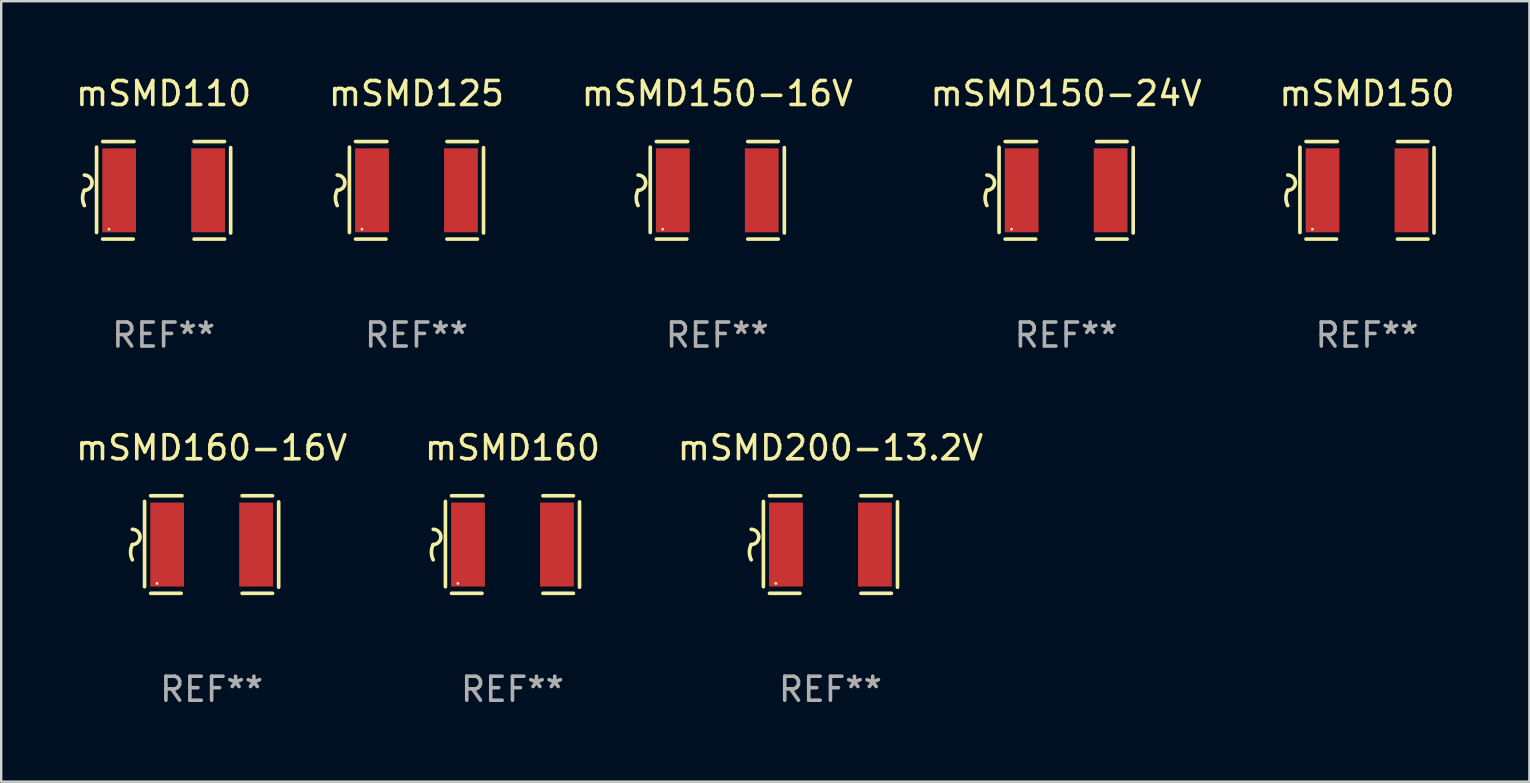
<source format=kicad_pcb>
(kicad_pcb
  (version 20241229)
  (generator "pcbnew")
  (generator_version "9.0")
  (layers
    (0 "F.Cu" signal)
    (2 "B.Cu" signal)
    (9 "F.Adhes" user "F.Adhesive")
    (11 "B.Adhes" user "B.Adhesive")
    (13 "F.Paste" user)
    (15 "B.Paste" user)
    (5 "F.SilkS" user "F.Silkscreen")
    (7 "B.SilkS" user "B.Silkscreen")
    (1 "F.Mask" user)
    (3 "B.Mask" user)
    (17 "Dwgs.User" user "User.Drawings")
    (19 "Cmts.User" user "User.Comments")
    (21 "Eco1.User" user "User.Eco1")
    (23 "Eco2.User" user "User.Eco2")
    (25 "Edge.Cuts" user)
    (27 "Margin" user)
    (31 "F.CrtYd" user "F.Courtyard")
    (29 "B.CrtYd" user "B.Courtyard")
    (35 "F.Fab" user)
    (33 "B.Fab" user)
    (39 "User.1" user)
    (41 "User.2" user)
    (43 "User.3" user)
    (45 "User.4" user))
  (footprint "mSMD110"
    (layer "F.Cu")
    (at 3.768 4.88)
    (property "Reference" "mSMD110" (at 0 -4.032 0) (layer "F.SilkS") (effects (font (size 1 1) (thickness 0.15))))
    (attr through_hole)
    (fp_line (start -2.794 -1.798) (end -2.794 1.758) (stroke (width 0.152) (type solid)) (layer "F.SilkS"))
    (fp_line (start -2.54 -2.032) (end -1.235 -2.032) (stroke (width 0.152) (type solid)) (layer "F.SilkS"))
    (fp_line (start -1.27 2.032) (end -2.54 2.032) (stroke (width 0.152) (type solid)) (layer "F.SilkS"))
    (fp_line (start 1.27 2.032) (end 2.54 2.032) (stroke (width 0.152) (type solid)) (layer "F.SilkS"))
    (fp_line (start 2.54 -2.032) (end 1.27 -2.032) (stroke (width 0.152) (type solid)) (layer "F.SilkS"))
    (fp_line (start 2.794 -1.778) (end 2.794 1.778) (stroke (width 0.152) (type solid)) (layer "F.SilkS"))
    (fp_arc (start -3.302007 -0.635002) (mid -2.984506 -0.317501) (end -3.302007 0) (stroke (width 0.151994) (type solid)) (layer "F.SilkS"))
    (fp_arc (start -3.302007 0.635002) (mid -3.376959 0.317501) (end -3.302007 0) (stroke (width 0.151994) (type solid)) (layer "F.SilkS"))
    (fp_circle (center -2.275 1.62) (end -2.245 1.62) (stroke (width 0.06) (type solid)) (fill no) (layer "F.SilkS"))
    (fp_text user "REF**" (at 0 6.032 0) (layer "F.Fab") (effects (font (size 1 1) (thickness 0.15))))
    (pad "1" smd rect (at -1.853 0) (size 1.407 3.499) (layers "F.Cu" "F.Mask" "F.Paste"))
    (pad "2" smd rect (at 1.853 0) (size 1.407 3.499) (layers "F.Cu" "F.Mask" "F.Paste")))
  (footprint "mSMD160"
    (layer "F.Cu")
    (at 18.304 19.641)
    (property "Reference" "mSMD160" (at 0 -4.032 0) (layer "F.SilkS") (effects (font (size 1 1) (thickness 0.15))))
    (attr through_hole)
    (fp_line (start -2.794 -1.798) (end -2.794 1.758) (stroke (width 0.152) (type solid)) (layer "F.SilkS"))
    (fp_line (start -2.54 -2.032) (end -1.235 -2.032) (stroke (width 0.152) (type solid)) (layer "F.SilkS"))
    (fp_line (start -1.27 2.032) (end -2.54 2.032) (stroke (width 0.152) (type solid)) (layer "F.SilkS"))
    (fp_line (start 1.27 2.032) (end 2.54 2.032) (stroke (width 0.152) (type solid)) (layer "F.SilkS"))
    (fp_line (start 2.54 -2.032) (end 1.27 -2.032) (stroke (width 0.152) (type solid)) (layer "F.SilkS"))
    (fp_line (start 2.794 -1.778) (end 2.794 1.778) (stroke (width 0.152) (type solid)) (layer "F.SilkS"))
    (fp_arc (start -3.302007 -0.635002) (mid -2.984506 -0.317501) (end -3.302007 0) (stroke (width 0.151994) (type solid)) (layer "F.SilkS"))
    (fp_arc (start -3.302007 0.635002) (mid -3.376959 0.317501) (end -3.302007 0) (stroke (width 0.151994) (type solid)) (layer "F.SilkS"))
    (fp_circle (center -2.275 1.62) (end -2.245 1.62) (stroke (width 0.06) (type solid)) (fill no) (layer "F.SilkS"))
    (fp_text user "REF**" (at 0 6.032 0) (layer "F.Fab") (effects (font (size 1 1) (thickness 0.15))))
    (pad "1" smd rect (at -1.853 0) (size 1.407 3.499) (layers "F.Cu" "F.Mask" "F.Paste"))
    (pad "2" smd rect (at 1.853 0) (size 1.407 3.499) (layers "F.Cu" "F.Mask" "F.Paste")))
  (footprint "mSMD150-24V"
    (layer "F.Cu")
    (at 41.375 4.88)
    (property "Reference" "mSMD150-24V" (at 0 -4.032 0) (layer "F.SilkS") (effects (font (size 1 1) (thickness 0.15))))
    (attr through_hole)
    (fp_line (start -2.794 -1.798) (end -2.794 1.758) (stroke (width 0.152) (type solid)) (layer "F.SilkS"))
    (fp_line (start -2.54 -2.032) (end -1.235 -2.032) (stroke (width 0.152) (type solid)) (layer "F.SilkS"))
    (fp_line (start -1.27 2.032) (end -2.54 2.032) (stroke (width 0.152) (type solid)) (layer "F.SilkS"))
    (fp_line (start 1.27 2.032) (end 2.54 2.032) (stroke (width 0.152) (type solid)) (layer "F.SilkS"))
    (fp_line (start 2.54 -2.032) (end 1.27 -2.032) (stroke (width 0.152) (type solid)) (layer "F.SilkS"))
    (fp_line (start 2.794 -1.778) (end 2.794 1.778) (stroke (width 0.152) (type solid)) (layer "F.SilkS"))
    (fp_arc (start -3.302007 -0.635002) (mid -2.984506 -0.317501) (end -3.302007 0) (stroke (width 0.151994) (type solid)) (layer "F.SilkS"))
    (fp_arc (start -3.302007 0.635002) (mid -3.376959 0.317501) (end -3.302007 0) (stroke (width 0.151994) (type solid)) (layer "F.SilkS"))
    (fp_circle (center -2.275 1.62) (end -2.245 1.62) (stroke (width 0.06) (type solid)) (fill no) (layer "F.SilkS"))
    (fp_text user "REF**" (at 0 6.032 0) (layer "F.Fab") (effects (font (size 1 1) (thickness 0.15))))
    (pad "1" smd rect (at -1.853 0) (size 1.407 3.499) (layers "F.Cu" "F.Mask" "F.Paste"))
    (pad "2" smd rect (at 1.853 0) (size 1.407 3.499) (layers "F.Cu" "F.Mask" "F.Paste")))
  (footprint "mSMD125"
    (layer "F.Cu")
    (at 14.304 4.88)
    (property "Reference" "mSMD125" (at 0 -4.032 0) (layer "F.SilkS") (effects (font (size 1 1) (thickness 0.15))))
    (attr through_hole)
    (fp_line (start -2.794 -1.798) (end -2.794 1.758) (stroke (width 0.152) (type solid)) (layer "F.SilkS"))
    (fp_line (start -2.54 -2.032) (end -1.235 -2.032) (stroke (width 0.152) (type solid)) (layer "F.SilkS"))
    (fp_line (start -1.27 2.032) (end -2.54 2.032) (stroke (width 0.152) (type solid)) (layer "F.SilkS"))
    (fp_line (start 1.27 2.032) (end 2.54 2.032) (stroke (width 0.152) (type solid)) (layer "F.SilkS"))
    (fp_line (start 2.54 -2.032) (end 1.27 -2.032) (stroke (width 0.152) (type solid)) (layer "F.SilkS"))
    (fp_line (start 2.794 -1.778) (end 2.794 1.778) (stroke (width 0.152) (type solid)) (layer "F.SilkS"))
    (fp_arc (start -3.302007 -0.635002) (mid -2.984506 -0.317501) (end -3.302007 0) (stroke (width 0.151994) (type solid)) (layer "F.SilkS"))
    (fp_arc (start -3.302007 0.635002) (mid -3.376959 0.317501) (end -3.302007 0) (stroke (width 0.151994) (type solid)) (layer "F.SilkS"))
    (fp_circle (center -2.275 1.62) (end -2.245 1.62) (stroke (width 0.06) (type solid)) (fill no) (layer "F.SilkS"))
    (fp_text user "REF**" (at 0 6.032 0) (layer "F.Fab") (effects (font (size 1 1) (thickness 0.15))))
    (pad "1" smd rect (at -1.853 0) (size 1.407 3.499) (layers "F.Cu" "F.Mask" "F.Paste"))
    (pad "2" smd rect (at 1.853 0) (size 1.407 3.499) (layers "F.Cu" "F.Mask" "F.Paste")))
  (footprint "mSMD160-16V"
    (layer "F.Cu")
    (at 5.768 19.641)
    (property "Reference" "mSMD160-16V" (at 0 -4.032 0) (layer "F.SilkS") (effects (font (size 1 1) (thickness 0.15))))
    (attr through_hole)
    (fp_line (start -2.794 -1.798) (end -2.794 1.758) (stroke (width 0.152) (type solid)) (layer "F.SilkS"))
    (fp_line (start -2.54 -2.032) (end -1.235 -2.032) (stroke (width 0.152) (type solid)) (layer "F.SilkS"))
    (fp_line (start -1.27 2.032) (end -2.54 2.032) (stroke (width 0.152) (type solid)) (layer "F.SilkS"))
    (fp_line (start 1.27 2.032) (end 2.54 2.032) (stroke (width 0.152) (type solid)) (layer "F.SilkS"))
    (fp_line (start 2.54 -2.032) (end 1.27 -2.032) (stroke (width 0.152) (type solid)) (layer "F.SilkS"))
    (fp_line (start 2.794 -1.778) (end 2.794 1.778) (stroke (width 0.152) (type solid)) (layer "F.SilkS"))
    (fp_arc (start -3.302007 -0.635002) (mid -2.984506 -0.317501) (end -3.302007 0) (stroke (width 0.151994) (type solid)) (layer "F.SilkS"))
    (fp_arc (start -3.302007 0.635002) (mid -3.376959 0.317501) (end -3.302007 0) (stroke (width 0.151994) (type solid)) (layer "F.SilkS"))
    (fp_circle (center -2.275 1.62) (end -2.245 1.62) (stroke (width 0.06) (type solid)) (fill no) (layer "F.SilkS"))
    (fp_text user "REF**" (at 0 6.032 0) (layer "F.Fab") (effects (font (size 1 1) (thickness 0.15))))
    (pad "1" smd rect (at -1.853 0) (size 1.407 3.499) (layers "F.Cu" "F.Mask" "F.Paste"))
    (pad "2" smd rect (at 1.853 0) (size 1.407 3.499) (layers "F.Cu" "F.Mask" "F.Paste")))
  (footprint "mSMD200-13.2V"
    (layer "F.Cu")
    (at 31.554 19.641)
    (property "Reference" "mSMD200-13.2V" (at 0 -4.032 0) (layer "F.SilkS") (effects (font (size 1 1) (thickness 0.15))))
    (attr through_hole)
    (fp_line (start -2.794 -1.798) (end -2.794 1.758) (stroke (width 0.152) (type solid)) (layer "F.SilkS"))
    (fp_line (start -2.54 -2.032) (end -1.235 -2.032) (stroke (width 0.152) (type solid)) (layer "F.SilkS"))
    (fp_line (start -1.27 2.032) (end -2.54 2.032) (stroke (width 0.152) (type solid)) (layer "F.SilkS"))
    (fp_line (start 1.27 2.032) (end 2.54 2.032) (stroke (width 0.152) (type solid)) (layer "F.SilkS"))
    (fp_line (start 2.54 -2.032) (end 1.27 -2.032) (stroke (width 0.152) (type solid)) (layer "F.SilkS"))
    (fp_line (start 2.794 -1.778) (end 2.794 1.778) (stroke (width 0.152) (type solid)) (layer "F.SilkS"))
    (fp_arc (start -3.302007 -0.635002) (mid -2.984506 -0.317501) (end -3.302007 0) (stroke (width 0.151994) (type solid)) (layer "F.SilkS"))
    (fp_arc (start -3.302007 0.635002) (mid -3.376959 0.317501) (end -3.302007 0) (stroke (width 0.151994) (type solid)) (layer "F.SilkS"))
    (fp_circle (center -2.275 1.62) (end -2.245 1.62) (stroke (width 0.06) (type solid)) (fill no) (layer "F.SilkS"))
    (fp_text user "REF**" (at 0 6.032 0) (layer "F.Fab") (effects (font (size 1 1) (thickness 0.15))))
    (pad "1" smd rect (at -1.853 0) (size 1.407 3.499) (layers "F.Cu" "F.Mask" "F.Paste"))
    (pad "2" smd rect (at 1.853 0) (size 1.407 3.499) (layers "F.Cu" "F.Mask" "F.Paste")))
  (footprint "mSMD150"
    (layer "F.Cu")
    (at 53.911 4.88)
    (property "Reference" "mSMD150" (at 0 -4.032 0) (layer "F.SilkS") (effects (font (size 1 1) (thickness 0.15))))
    (attr through_hole)
    (fp_line (start -2.794 -1.798) (end -2.794 1.758) (stroke (width 0.152) (type solid)) (layer "F.SilkS"))
    (fp_line (start -2.54 -2.032) (end -1.235 -2.032) (stroke (width 0.152) (type solid)) (layer "F.SilkS"))
    (fp_line (start -1.27 2.032) (end -2.54 2.032) (stroke (width 0.152) (type solid)) (layer "F.SilkS"))
    (fp_line (start 1.27 2.032) (end 2.54 2.032) (stroke (width 0.152) (type solid)) (layer "F.SilkS"))
    (fp_line (start 2.54 -2.032) (end 1.27 -2.032) (stroke (width 0.152) (type solid)) (layer "F.SilkS"))
    (fp_line (start 2.794 -1.778) (end 2.794 1.778) (stroke (width 0.152) (type solid)) (layer "F.SilkS"))
    (fp_arc (start -3.302007 -0.635002) (mid -2.984506 -0.317501) (end -3.302007 0) (stroke (width 0.151994) (type solid)) (layer "F.SilkS"))
    (fp_arc (start -3.302007 0.635002) (mid -3.376959 0.317501) (end -3.302007 0) (stroke (width 0.151994) (type solid)) (layer "F.SilkS"))
    (fp_circle (center -2.275 1.62) (end -2.245 1.62) (stroke (width 0.06) (type solid)) (fill no) (layer "F.SilkS"))
    (fp_text user "REF**" (at 0 6.032 0) (layer "F.Fab") (effects (font (size 1 1) (thickness 0.15))))
    (pad "1" smd rect (at -1.853 0) (size 1.407 3.499) (layers "F.Cu" "F.Mask" "F.Paste"))
    (pad "2" smd rect (at 1.853 0) (size 1.407 3.499) (layers "F.Cu" "F.Mask" "F.Paste")))
  (footprint "mSMD150-16V"
    (layer "F.Cu")
    (at 26.839 4.88)
    (property "Reference" "mSMD150-16V" (at 0 -4.032 0) (layer "F.SilkS") (effects (font (size 1 1) (thickness 0.15))))
    (attr through_hole)
    (fp_line (start -2.794 -1.798) (end -2.794 1.758) (stroke (width 0.152) (type solid)) (layer "F.SilkS"))
    (fp_line (start -2.54 -2.032) (end -1.235 -2.032) (stroke (width 0.152) (type solid)) (layer "F.SilkS"))
    (fp_line (start -1.27 2.032) (end -2.54 2.032) (stroke (width 0.152) (type solid)) (layer "F.SilkS"))
    (fp_line (start 1.27 2.032) (end 2.54 2.032) (stroke (width 0.152) (type solid)) (layer "F.SilkS"))
    (fp_line (start 2.54 -2.032) (end 1.27 -2.032) (stroke (width 0.152) (type solid)) (layer "F.SilkS"))
    (fp_line (start 2.794 -1.778) (end 2.794 1.778) (stroke (width 0.152) (type solid)) (layer "F.SilkS"))
    (fp_arc (start -3.302007 -0.635002) (mid -2.984506 -0.317501) (end -3.302007 0) (stroke (width 0.151994) (type solid)) (layer "F.SilkS"))
    (fp_arc (start -3.302007 0.635002) (mid -3.376959 0.317501) (end -3.302007 0) (stroke (width 0.151994) (type solid)) (layer "F.SilkS"))
    (fp_circle (center -2.275 1.62) (end -2.245 1.62) (stroke (width 0.06) (type solid)) (fill no) (layer "F.SilkS"))
    (fp_text user "REF**" (at 0 6.032 0) (layer "F.Fab") (effects (font (size 1 1) (thickness 0.15))))
    (pad "1" smd rect (at -1.853 0) (size 1.407 3.499) (layers "F.Cu" "F.Mask" "F.Paste"))
    (pad "2" smd rect (at 1.853 0) (size 1.407 3.499) (layers "F.Cu" "F.Mask" "F.Paste")))
  (gr_rect
    (start -3 -3)
    (end 60.679 29.521)
    (stroke (width 0.1) (type default))
    (fill no)
    (layer "Edge.Cuts")))
</source>
